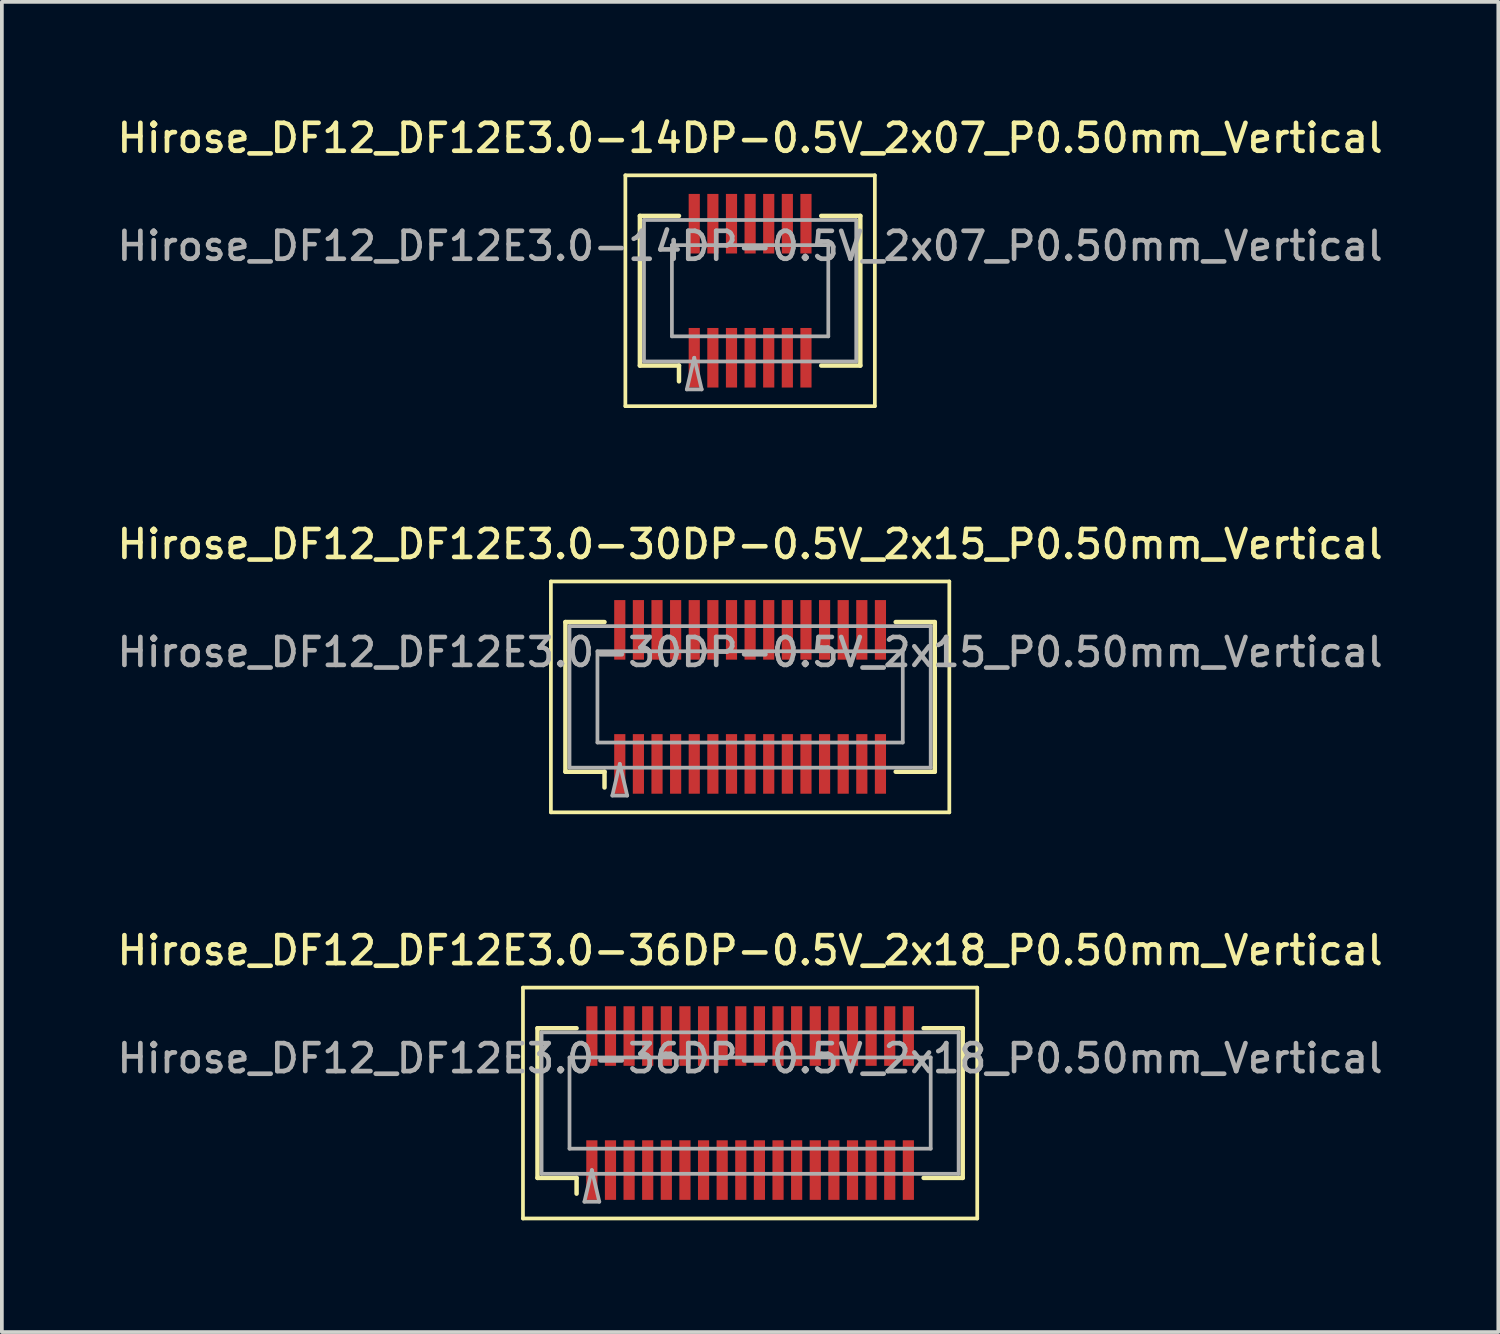
<source format=kicad_pcb>
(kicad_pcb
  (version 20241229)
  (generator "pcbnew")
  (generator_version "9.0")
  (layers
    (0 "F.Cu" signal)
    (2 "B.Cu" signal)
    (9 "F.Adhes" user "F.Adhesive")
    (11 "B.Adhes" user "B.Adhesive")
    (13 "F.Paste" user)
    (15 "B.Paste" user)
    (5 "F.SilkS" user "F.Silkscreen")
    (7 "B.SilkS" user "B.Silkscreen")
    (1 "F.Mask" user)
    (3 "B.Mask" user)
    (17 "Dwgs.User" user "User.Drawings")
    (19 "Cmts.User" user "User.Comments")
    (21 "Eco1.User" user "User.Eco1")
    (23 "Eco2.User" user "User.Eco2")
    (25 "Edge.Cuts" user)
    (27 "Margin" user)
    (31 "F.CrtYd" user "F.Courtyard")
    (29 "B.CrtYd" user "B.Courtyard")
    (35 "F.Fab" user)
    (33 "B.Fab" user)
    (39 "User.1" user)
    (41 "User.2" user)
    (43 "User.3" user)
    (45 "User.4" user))
  (footprint "Hirose_DF12_DF12E3.0-14DP-0.5V_2x07_P0.50mm_Vertical"
    (layer "F.Cu")
    (at 17.095 4.758)
    (property "Reference" "Hirose_DF12_DF12E3.0-14DP-0.5V_2x07_P0.50mm_Vertical" (at 0 -4.1 0) (layer "F.SilkS") (effects (font (size 0.75 0.75) (thickness 0.125))))
    (attr smd)
    (fp_line (start -3.35 -3.1) (end -3.35 3.1) (stroke (width 0.1) (type solid)) (layer "F.SilkS"))
    (fp_line (start -3.35 3.1) (end 3.35 3.1) (stroke (width 0.1) (type solid)) (layer "F.SilkS"))
    (fp_line (start -2.96 -2.01) (end -1.91 -2.01) (stroke (width 0.12) (type solid)) (layer "F.SilkS"))
    (fp_line (start -2.96 2.01) (end -2.96 -2.01) (stroke (width 0.12) (type solid)) (layer "F.SilkS"))
    (fp_line (start -1.91 2.01) (end -2.96 2.01) (stroke (width 0.12) (type solid)) (layer "F.SilkS"))
    (fp_line (start -1.91 2.433) (end -1.91 2.01) (stroke (width 0.12) (type solid)) (layer "F.SilkS"))
    (fp_line (start 1.91 2.01) (end 2.96 2.01) (stroke (width 0.12) (type solid)) (layer "F.SilkS"))
    (fp_line (start 2.96 -2.01) (end 1.91 -2.01) (stroke (width 0.12) (type solid)) (layer "F.SilkS"))
    (fp_line (start 2.96 2.01) (end 2.96 -2.01) (stroke (width 0.12) (type solid)) (layer "F.SilkS"))
    (fp_line (start 3.35 -3.1) (end -3.35 -3.1) (stroke (width 0.1) (type solid)) (layer "F.SilkS"))
    (fp_line (start 3.35 3.1) (end 3.35 -3.1) (stroke (width 0.1) (type solid)) (layer "F.SilkS"))
    (fp_line (start -2.85 -1.9) (end 2.85 -1.9) (stroke (width 0.1) (type solid)) (layer "F.Fab"))
    (fp_line (start -2.85 1.9) (end -2.85 -1.9) (stroke (width 0.1) (type solid)) (layer "F.Fab"))
    (fp_line (start -2.1 -1.225) (end 2.1 -1.225) (stroke (width 0.1) (type solid)) (layer "F.Fab"))
    (fp_line (start -2.1 1.225) (end -2.1 -1.225) (stroke (width 0.1) (type solid)) (layer "F.Fab"))
    (fp_line (start -1.7 2.65) (end -1.5 1.8) (stroke (width 0.1) (type solid)) (layer "F.Fab"))
    (fp_line (start -1.5 1.8) (end -1.3 2.65) (stroke (width 0.1) (type solid)) (layer "F.Fab"))
    (fp_line (start -1.3 2.65) (end -1.7 2.65) (stroke (width 0.1) (type solid)) (layer "F.Fab"))
    (fp_line (start 2.1 -1.225) (end 2.1 1.225) (stroke (width 0.1) (type solid)) (layer "F.Fab"))
    (fp_line (start 2.1 1.225) (end -2.1 1.225) (stroke (width 0.1) (type solid)) (layer "F.Fab"))
    (fp_line (start 2.85 -1.9) (end 2.85 1.9) (stroke (width 0.1) (type solid)) (layer "F.Fab"))
    (fp_line (start 2.85 1.9) (end -2.85 1.9) (stroke (width 0.1) (type solid)) (layer "F.Fab"))
    (fp_text user "${REFERENCE}" (at 0 -1.2 0) (layer "F.Fab") (effects (font (size 0.75 0.75) (thickness 0.125))))
    (pad "" smd rect (at -1.5 -2) (size 0.28 1.2) (layers "F.Paste"))
    (pad "" smd rect (at -1.5 2) (size 0.28 1.2) (layers "F.Paste"))
    (pad "" smd rect (at -1 -2) (size 0.28 1.2) (layers "F.Paste"))
    (pad "" smd rect (at -1 2) (size 0.28 1.2) (layers "F.Paste"))
    (pad "" smd rect (at -0.5 -2) (size 0.28 1.2) (layers "F.Paste"))
    (pad "" smd rect (at -0.5 2) (size 0.28 1.2) (layers "F.Paste"))
    (pad "" smd rect (at 0 -2) (size 0.28 1.2) (layers "F.Paste"))
    (pad "" smd rect (at 0 2) (size 0.28 1.2) (layers "F.Paste"))
    (pad "" smd rect (at 0.5 -2) (size 0.28 1.2) (layers "F.Paste"))
    (pad "" smd rect (at 0.5 2) (size 0.28 1.2) (layers "F.Paste"))
    (pad "" smd rect (at 1 -2) (size 0.28 1.2) (layers "F.Paste"))
    (pad "" smd rect (at 1 2) (size 0.28 1.2) (layers "F.Paste"))
    (pad "" smd rect (at 1.5 -2) (size 0.28 1.2) (layers "F.Paste"))
    (pad "" smd rect (at 1.5 2) (size 0.28 1.2) (layers "F.Paste"))
    (pad "1" smd rect (at -1.5 1.8) (size 0.3 1.6) (layers "F.Cu" "F.Mask"))
    (pad "2" smd rect (at -1 1.8) (size 0.3 1.6) (layers "F.Cu" "F.Mask"))
    (pad "3" smd rect (at -0.5 1.8) (size 0.3 1.6) (layers "F.Cu" "F.Mask"))
    (pad "4" smd rect (at 0 1.8) (size 0.3 1.6) (layers "F.Cu" "F.Mask"))
    (pad "5" smd rect (at 0.5 1.8) (size 0.3 1.6) (layers "F.Cu" "F.Mask"))
    (pad "6" smd rect (at 1 1.8) (size 0.3 1.6) (layers "F.Cu" "F.Mask"))
    (pad "7" smd rect (at 1.5 1.8) (size 0.3 1.6) (layers "F.Cu" "F.Mask"))
    (pad "8" smd rect (at -1.5 -1.8) (size 0.3 1.6) (layers "F.Cu" "F.Mask"))
    (pad "9" smd rect (at -1 -1.8) (size 0.3 1.6) (layers "F.Cu" "F.Mask"))
    (pad "10" smd rect (at -0.5 -1.8) (size 0.3 1.6) (layers "F.Cu" "F.Mask"))
    (pad "11" smd rect (at 0 -1.8) (size 0.3 1.6) (layers "F.Cu" "F.Mask"))
    (pad "12" smd rect (at 0.5 -1.8) (size 0.3 1.6) (layers "F.Cu" "F.Mask"))
    (pad "13" smd rect (at 1 -1.8) (size 0.3 1.6) (layers "F.Cu" "F.Mask"))
    (pad "14" smd rect (at 1.5 -1.8) (size 0.3 1.6) (layers "F.Cu" "F.Mask")))
  (footprint "Hirose_DF12_DF12E3.0-36DP-0.5V_2x18_P0.50mm_Vertical"
    (layer "F.Cu")
    (at 17.095 26.574)
    (property "Reference" "Hirose_DF12_DF12E3.0-36DP-0.5V_2x18_P0.50mm_Vertical" (at 0 -4.1 0) (layer "F.SilkS") (effects (font (size 0.75 0.75) (thickness 0.125))))
    (attr smd)
    (fp_line (start -6.1 -3.1) (end -6.1 3.1) (stroke (width 0.1) (type solid)) (layer "F.SilkS"))
    (fp_line (start -6.1 3.1) (end 6.1 3.1) (stroke (width 0.1) (type solid)) (layer "F.SilkS"))
    (fp_line (start -5.71 -2.01) (end -4.66 -2.01) (stroke (width 0.12) (type solid)) (layer "F.SilkS"))
    (fp_line (start -5.71 2.01) (end -5.71 -2.01) (stroke (width 0.12) (type solid)) (layer "F.SilkS"))
    (fp_line (start -4.66 2.01) (end -5.71 2.01) (stroke (width 0.12) (type solid)) (layer "F.SilkS"))
    (fp_line (start -4.66 2.433) (end -4.66 2.01) (stroke (width 0.12) (type solid)) (layer "F.SilkS"))
    (fp_line (start 4.66 2.01) (end 5.71 2.01) (stroke (width 0.12) (type solid)) (layer "F.SilkS"))
    (fp_line (start 5.71 -2.01) (end 4.66 -2.01) (stroke (width 0.12) (type solid)) (layer "F.SilkS"))
    (fp_line (start 5.71 2.01) (end 5.71 -2.01) (stroke (width 0.12) (type solid)) (layer "F.SilkS"))
    (fp_line (start 6.1 -3.1) (end -6.1 -3.1) (stroke (width 0.1) (type solid)) (layer "F.SilkS"))
    (fp_line (start 6.1 3.1) (end 6.1 -3.1) (stroke (width 0.1) (type solid)) (layer "F.SilkS"))
    (fp_line (start -5.6 -1.9) (end 5.6 -1.9) (stroke (width 0.1) (type solid)) (layer "F.Fab"))
    (fp_line (start -5.6 1.9) (end -5.6 -1.9) (stroke (width 0.1) (type solid)) (layer "F.Fab"))
    (fp_line (start -4.85 -1.225) (end 4.85 -1.225) (stroke (width 0.1) (type solid)) (layer "F.Fab"))
    (fp_line (start -4.85 1.225) (end -4.85 -1.225) (stroke (width 0.1) (type solid)) (layer "F.Fab"))
    (fp_line (start -4.45 2.65) (end -4.25 1.8) (stroke (width 0.1) (type solid)) (layer "F.Fab"))
    (fp_line (start -4.25 1.8) (end -4.05 2.65) (stroke (width 0.1) (type solid)) (layer "F.Fab"))
    (fp_line (start -4.05 2.65) (end -4.45 2.65) (stroke (width 0.1) (type solid)) (layer "F.Fab"))
    (fp_line (start 4.85 -1.225) (end 4.85 1.225) (stroke (width 0.1) (type solid)) (layer "F.Fab"))
    (fp_line (start 4.85 1.225) (end -4.85 1.225) (stroke (width 0.1) (type solid)) (layer "F.Fab"))
    (fp_line (start 5.6 -1.9) (end 5.6 1.9) (stroke (width 0.1) (type solid)) (layer "F.Fab"))
    (fp_line (start 5.6 1.9) (end -5.6 1.9) (stroke (width 0.1) (type solid)) (layer "F.Fab"))
    (fp_text user "${REFERENCE}" (at 0 -1.2 0) (layer "F.Fab") (effects (font (size 0.75 0.75) (thickness 0.125))))
    (pad "" smd rect (at -4.25 -2) (size 0.28 1.2) (layers "F.Paste"))
    (pad "" smd rect (at -4.25 2) (size 0.28 1.2) (layers "F.Paste"))
    (pad "" smd rect (at -3.75 -2) (size 0.28 1.2) (layers "F.Paste"))
    (pad "" smd rect (at -3.75 2) (size 0.28 1.2) (layers "F.Paste"))
    (pad "" smd rect (at -3.25 -2) (size 0.28 1.2) (layers "F.Paste"))
    (pad "" smd rect (at -3.25 2) (size 0.28 1.2) (layers "F.Paste"))
    (pad "" smd rect (at -2.75 -2) (size 0.28 1.2) (layers "F.Paste"))
    (pad "" smd rect (at -2.75 2) (size 0.28 1.2) (layers "F.Paste"))
    (pad "" smd rect (at -2.25 -2) (size 0.28 1.2) (layers "F.Paste"))
    (pad "" smd rect (at -2.25 2) (size 0.28 1.2) (layers "F.Paste"))
    (pad "" smd rect (at -1.75 -2) (size 0.28 1.2) (layers "F.Paste"))
    (pad "" smd rect (at -1.75 2) (size 0.28 1.2) (layers "F.Paste"))
    (pad "" smd rect (at -1.25 -2) (size 0.28 1.2) (layers "F.Paste"))
    (pad "" smd rect (at -1.25 2) (size 0.28 1.2) (layers "F.Paste"))
    (pad "" smd rect (at -0.75 -2) (size 0.28 1.2) (layers "F.Paste"))
    (pad "" smd rect (at -0.75 2) (size 0.28 1.2) (layers "F.Paste"))
    (pad "" smd rect (at -0.25 -2) (size 0.28 1.2) (layers "F.Paste"))
    (pad "" smd rect (at -0.25 2) (size 0.28 1.2) (layers "F.Paste"))
    (pad "" smd rect (at 0.25 -2) (size 0.28 1.2) (layers "F.Paste"))
    (pad "" smd rect (at 0.25 2) (size 0.28 1.2) (layers "F.Paste"))
    (pad "" smd rect (at 0.75 -2) (size 0.28 1.2) (layers "F.Paste"))
    (pad "" smd rect (at 0.75 2) (size 0.28 1.2) (layers "F.Paste"))
    (pad "" smd rect (at 1.25 -2) (size 0.28 1.2) (layers "F.Paste"))
    (pad "" smd rect (at 1.25 2) (size 0.28 1.2) (layers "F.Paste"))
    (pad "" smd rect (at 1.75 -2) (size 0.28 1.2) (layers "F.Paste"))
    (pad "" smd rect (at 1.75 2) (size 0.28 1.2) (layers "F.Paste"))
    (pad "" smd rect (at 2.25 -2) (size 0.28 1.2) (layers "F.Paste"))
    (pad "" smd rect (at 2.25 2) (size 0.28 1.2) (layers "F.Paste"))
    (pad "" smd rect (at 2.75 -2) (size 0.28 1.2) (layers "F.Paste"))
    (pad "" smd rect (at 2.75 2) (size 0.28 1.2) (layers "F.Paste"))
    (pad "" smd rect (at 3.25 -2) (size 0.28 1.2) (layers "F.Paste"))
    (pad "" smd rect (at 3.25 2) (size 0.28 1.2) (layers "F.Paste"))
    (pad "" smd rect (at 3.75 -2) (size 0.28 1.2) (layers "F.Paste"))
    (pad "" smd rect (at 3.75 2) (size 0.28 1.2) (layers "F.Paste"))
    (pad "" smd rect (at 4.25 -2) (size 0.28 1.2) (layers "F.Paste"))
    (pad "" smd rect (at 4.25 2) (size 0.28 1.2) (layers "F.Paste"))
    (pad "1" smd rect (at -4.25 1.8) (size 0.3 1.6) (layers "F.Cu" "F.Mask"))
    (pad "2" smd rect (at -3.75 1.8) (size 0.3 1.6) (layers "F.Cu" "F.Mask"))
    (pad "3" smd rect (at -3.25 1.8) (size 0.3 1.6) (layers "F.Cu" "F.Mask"))
    (pad "4" smd rect (at -2.75 1.8) (size 0.3 1.6) (layers "F.Cu" "F.Mask"))
    (pad "5" smd rect (at -2.25 1.8) (size 0.3 1.6) (layers "F.Cu" "F.Mask"))
    (pad "6" smd rect (at -1.75 1.8) (size 0.3 1.6) (layers "F.Cu" "F.Mask"))
    (pad "7" smd rect (at -1.25 1.8) (size 0.3 1.6) (layers "F.Cu" "F.Mask"))
    (pad "8" smd rect (at -0.75 1.8) (size 0.3 1.6) (layers "F.Cu" "F.Mask"))
    (pad "9" smd rect (at -0.25 1.8) (size 0.3 1.6) (layers "F.Cu" "F.Mask"))
    (pad "10" smd rect (at 0.25 1.8) (size 0.3 1.6) (layers "F.Cu" "F.Mask"))
    (pad "11" smd rect (at 0.75 1.8) (size 0.3 1.6) (layers "F.Cu" "F.Mask"))
    (pad "12" smd rect (at 1.25 1.8) (size 0.3 1.6) (layers "F.Cu" "F.Mask"))
    (pad "13" smd rect (at 1.75 1.8) (size 0.3 1.6) (layers "F.Cu" "F.Mask"))
    (pad "14" smd rect (at 2.25 1.8) (size 0.3 1.6) (layers "F.Cu" "F.Mask"))
    (pad "15" smd rect (at 2.75 1.8) (size 0.3 1.6) (layers "F.Cu" "F.Mask"))
    (pad "16" smd rect (at 3.25 1.8) (size 0.3 1.6) (layers "F.Cu" "F.Mask"))
    (pad "17" smd rect (at 3.75 1.8) (size 0.3 1.6) (layers "F.Cu" "F.Mask"))
    (pad "18" smd rect (at 4.25 1.8) (size 0.3 1.6) (layers "F.Cu" "F.Mask"))
    (pad "19" smd rect (at -4.25 -1.8) (size 0.3 1.6) (layers "F.Cu" "F.Mask"))
    (pad "20" smd rect (at -3.75 -1.8) (size 0.3 1.6) (layers "F.Cu" "F.Mask"))
    (pad "21" smd rect (at -3.25 -1.8) (size 0.3 1.6) (layers "F.Cu" "F.Mask"))
    (pad "22" smd rect (at -2.75 -1.8) (size 0.3 1.6) (layers "F.Cu" "F.Mask"))
    (pad "23" smd rect (at -2.25 -1.8) (size 0.3 1.6) (layers "F.Cu" "F.Mask"))
    (pad "24" smd rect (at -1.75 -1.8) (size 0.3 1.6) (layers "F.Cu" "F.Mask"))
    (pad "25" smd rect (at -1.25 -1.8) (size 0.3 1.6) (layers "F.Cu" "F.Mask"))
    (pad "26" smd rect (at -0.75 -1.8) (size 0.3 1.6) (layers "F.Cu" "F.Mask"))
    (pad "27" smd rect (at -0.25 -1.8) (size 0.3 1.6) (layers "F.Cu" "F.Mask"))
    (pad "28" smd rect (at 0.25 -1.8) (size 0.3 1.6) (layers "F.Cu" "F.Mask"))
    (pad "29" smd rect (at 0.75 -1.8) (size 0.3 1.6) (layers "F.Cu" "F.Mask"))
    (pad "30" smd rect (at 1.25 -1.8) (size 0.3 1.6) (layers "F.Cu" "F.Mask"))
    (pad "31" smd rect (at 1.75 -1.8) (size 0.3 1.6) (layers "F.Cu" "F.Mask"))
    (pad "32" smd rect (at 2.25 -1.8) (size 0.3 1.6) (layers "F.Cu" "F.Mask"))
    (pad "33" smd rect (at 2.75 -1.8) (size 0.3 1.6) (layers "F.Cu" "F.Mask"))
    (pad "34" smd rect (at 3.25 -1.8) (size 0.3 1.6) (layers "F.Cu" "F.Mask"))
    (pad "35" smd rect (at 3.75 -1.8) (size 0.3 1.6) (layers "F.Cu" "F.Mask"))
    (pad "36" smd rect (at 4.25 -1.8) (size 0.3 1.6) (layers "F.Cu" "F.Mask")))
  (footprint "Hirose_DF12_DF12E3.0-30DP-0.5V_2x15_P0.50mm_Vertical"
    (layer "F.Cu")
    (at 17.095 15.666)
    (property "Reference" "Hirose_DF12_DF12E3.0-30DP-0.5V_2x15_P0.50mm_Vertical" (at 0 -4.1 0) (layer "F.SilkS") (effects (font (size 0.75 0.75) (thickness 0.125))))
    (attr smd)
    (fp_line (start -5.35 -3.1) (end -5.35 3.1) (stroke (width 0.1) (type solid)) (layer "F.SilkS"))
    (fp_line (start -5.35 3.1) (end 5.35 3.1) (stroke (width 0.1) (type solid)) (layer "F.SilkS"))
    (fp_line (start -4.96 -2.01) (end -3.91 -2.01) (stroke (width 0.12) (type solid)) (layer "F.SilkS"))
    (fp_line (start -4.96 2.01) (end -4.96 -2.01) (stroke (width 0.12) (type solid)) (layer "F.SilkS"))
    (fp_line (start -3.91 2.01) (end -4.96 2.01) (stroke (width 0.12) (type solid)) (layer "F.SilkS"))
    (fp_line (start -3.91 2.433) (end -3.91 2.01) (stroke (width 0.12) (type solid)) (layer "F.SilkS"))
    (fp_line (start 3.91 2.01) (end 4.96 2.01) (stroke (width 0.12) (type solid)) (layer "F.SilkS"))
    (fp_line (start 4.96 -2.01) (end 3.91 -2.01) (stroke (width 0.12) (type solid)) (layer "F.SilkS"))
    (fp_line (start 4.96 2.01) (end 4.96 -2.01) (stroke (width 0.12) (type solid)) (layer "F.SilkS"))
    (fp_line (start 5.35 -3.1) (end -5.35 -3.1) (stroke (width 0.1) (type solid)) (layer "F.SilkS"))
    (fp_line (start 5.35 3.1) (end 5.35 -3.1) (stroke (width 0.1) (type solid)) (layer "F.SilkS"))
    (fp_line (start -4.85 -1.9) (end 4.85 -1.9) (stroke (width 0.1) (type solid)) (layer "F.Fab"))
    (fp_line (start -4.85 1.9) (end -4.85 -1.9) (stroke (width 0.1) (type solid)) (layer "F.Fab"))
    (fp_line (start -4.1 -1.225) (end 4.1 -1.225) (stroke (width 0.1) (type solid)) (layer "F.Fab"))
    (fp_line (start -4.1 1.225) (end -4.1 -1.225) (stroke (width 0.1) (type solid)) (layer "F.Fab"))
    (fp_line (start -3.7 2.65) (end -3.5 1.8) (stroke (width 0.1) (type solid)) (layer "F.Fab"))
    (fp_line (start -3.5 1.8) (end -3.3 2.65) (stroke (width 0.1) (type solid)) (layer "F.Fab"))
    (fp_line (start -3.3 2.65) (end -3.7 2.65) (stroke (width 0.1) (type solid)) (layer "F.Fab"))
    (fp_line (start 4.1 -1.225) (end 4.1 1.225) (stroke (width 0.1) (type solid)) (layer "F.Fab"))
    (fp_line (start 4.1 1.225) (end -4.1 1.225) (stroke (width 0.1) (type solid)) (layer "F.Fab"))
    (fp_line (start 4.85 -1.9) (end 4.85 1.9) (stroke (width 0.1) (type solid)) (layer "F.Fab"))
    (fp_line (start 4.85 1.9) (end -4.85 1.9) (stroke (width 0.1) (type solid)) (layer "F.Fab"))
    (fp_text user "${REFERENCE}" (at 0 -1.2 0) (layer "F.Fab") (effects (font (size 0.75 0.75) (thickness 0.125))))
    (pad "" smd rect (at -3.5 -2) (size 0.28 1.2) (layers "F.Paste"))
    (pad "" smd rect (at -3.5 2) (size 0.28 1.2) (layers "F.Paste"))
    (pad "" smd rect (at -3 -2) (size 0.28 1.2) (layers "F.Paste"))
    (pad "" smd rect (at -3 2) (size 0.28 1.2) (layers "F.Paste"))
    (pad "" smd rect (at -2.5 -2) (size 0.28 1.2) (layers "F.Paste"))
    (pad "" smd rect (at -2.5 2) (size 0.28 1.2) (layers "F.Paste"))
    (pad "" smd rect (at -2 -2) (size 0.28 1.2) (layers "F.Paste"))
    (pad "" smd rect (at -2 2) (size 0.28 1.2) (layers "F.Paste"))
    (pad "" smd rect (at -1.5 -2) (size 0.28 1.2) (layers "F.Paste"))
    (pad "" smd rect (at -1.5 2) (size 0.28 1.2) (layers "F.Paste"))
    (pad "" smd rect (at -1 -2) (size 0.28 1.2) (layers "F.Paste"))
    (pad "" smd rect (at -1 2) (size 0.28 1.2) (layers "F.Paste"))
    (pad "" smd rect (at -0.5 -2) (size 0.28 1.2) (layers "F.Paste"))
    (pad "" smd rect (at -0.5 2) (size 0.28 1.2) (layers "F.Paste"))
    (pad "" smd rect (at 0 -2) (size 0.28 1.2) (layers "F.Paste"))
    (pad "" smd rect (at 0 2) (size 0.28 1.2) (layers "F.Paste"))
    (pad "" smd rect (at 0.5 -2) (size 0.28 1.2) (layers "F.Paste"))
    (pad "" smd rect (at 0.5 2) (size 0.28 1.2) (layers "F.Paste"))
    (pad "" smd rect (at 1 -2) (size 0.28 1.2) (layers "F.Paste"))
    (pad "" smd rect (at 1 2) (size 0.28 1.2) (layers "F.Paste"))
    (pad "" smd rect (at 1.5 -2) (size 0.28 1.2) (layers "F.Paste"))
    (pad "" smd rect (at 1.5 2) (size 0.28 1.2) (layers "F.Paste"))
    (pad "" smd rect (at 2 -2) (size 0.28 1.2) (layers "F.Paste"))
    (pad "" smd rect (at 2 2) (size 0.28 1.2) (layers "F.Paste"))
    (pad "" smd rect (at 2.5 -2) (size 0.28 1.2) (layers "F.Paste"))
    (pad "" smd rect (at 2.5 2) (size 0.28 1.2) (layers "F.Paste"))
    (pad "" smd rect (at 3 -2) (size 0.28 1.2) (layers "F.Paste"))
    (pad "" smd rect (at 3 2) (size 0.28 1.2) (layers "F.Paste"))
    (pad "" smd rect (at 3.5 -2) (size 0.28 1.2) (layers "F.Paste"))
    (pad "" smd rect (at 3.5 2) (size 0.28 1.2) (layers "F.Paste"))
    (pad "1" smd rect (at -3.5 1.8) (size 0.3 1.6) (layers "F.Cu" "F.Mask"))
    (pad "2" smd rect (at -3 1.8) (size 0.3 1.6) (layers "F.Cu" "F.Mask"))
    (pad "3" smd rect (at -2.5 1.8) (size 0.3 1.6) (layers "F.Cu" "F.Mask"))
    (pad "4" smd rect (at -2 1.8) (size 0.3 1.6) (layers "F.Cu" "F.Mask"))
    (pad "5" smd rect (at -1.5 1.8) (size 0.3 1.6) (layers "F.Cu" "F.Mask"))
    (pad "6" smd rect (at -1 1.8) (size 0.3 1.6) (layers "F.Cu" "F.Mask"))
    (pad "7" smd rect (at -0.5 1.8) (size 0.3 1.6) (layers "F.Cu" "F.Mask"))
    (pad "8" smd rect (at 0 1.8) (size 0.3 1.6) (layers "F.Cu" "F.Mask"))
    (pad "9" smd rect (at 0.5 1.8) (size 0.3 1.6) (layers "F.Cu" "F.Mask"))
    (pad "10" smd rect (at 1 1.8) (size 0.3 1.6) (layers "F.Cu" "F.Mask"))
    (pad "11" smd rect (at 1.5 1.8) (size 0.3 1.6) (layers "F.Cu" "F.Mask"))
    (pad "12" smd rect (at 2 1.8) (size 0.3 1.6) (layers "F.Cu" "F.Mask"))
    (pad "13" smd rect (at 2.5 1.8) (size 0.3 1.6) (layers "F.Cu" "F.Mask"))
    (pad "14" smd rect (at 3 1.8) (size 0.3 1.6) (layers "F.Cu" "F.Mask"))
    (pad "15" smd rect (at 3.5 1.8) (size 0.3 1.6) (layers "F.Cu" "F.Mask"))
    (pad "16" smd rect (at -3.5 -1.8) (size 0.3 1.6) (layers "F.Cu" "F.Mask"))
    (pad "17" smd rect (at -3 -1.8) (size 0.3 1.6) (layers "F.Cu" "F.Mask"))
    (pad "18" smd rect (at -2.5 -1.8) (size 0.3 1.6) (layers "F.Cu" "F.Mask"))
    (pad "19" smd rect (at -2 -1.8) (size 0.3 1.6) (layers "F.Cu" "F.Mask"))
    (pad "20" smd rect (at -1.5 -1.8) (size 0.3 1.6) (layers "F.Cu" "F.Mask"))
    (pad "21" smd rect (at -1 -1.8) (size 0.3 1.6) (layers "F.Cu" "F.Mask"))
    (pad "22" smd rect (at -0.5 -1.8) (size 0.3 1.6) (layers "F.Cu" "F.Mask"))
    (pad "23" smd rect (at 0 -1.8) (size 0.3 1.6) (layers "F.Cu" "F.Mask"))
    (pad "24" smd rect (at 0.5 -1.8) (size 0.3 1.6) (layers "F.Cu" "F.Mask"))
    (pad "25" smd rect (at 1 -1.8) (size 0.3 1.6) (layers "F.Cu" "F.Mask"))
    (pad "26" smd rect (at 1.5 -1.8) (size 0.3 1.6) (layers "F.Cu" "F.Mask"))
    (pad "27" smd rect (at 2 -1.8) (size 0.3 1.6) (layers "F.Cu" "F.Mask"))
    (pad "28" smd rect (at 2.5 -1.8) (size 0.3 1.6) (layers "F.Cu" "F.Mask"))
    (pad "29" smd rect (at 3 -1.8) (size 0.3 1.6) (layers "F.Cu" "F.Mask"))
    (pad "30" smd rect (at 3.5 -1.8) (size 0.3 1.6) (layers "F.Cu" "F.Mask")))
  (gr_rect
    (start -3 -3)
    (end 37.189 32.724)
    (stroke (width 0.1) (type default))
    (fill no)
    (layer "Edge.Cuts")))
</source>
